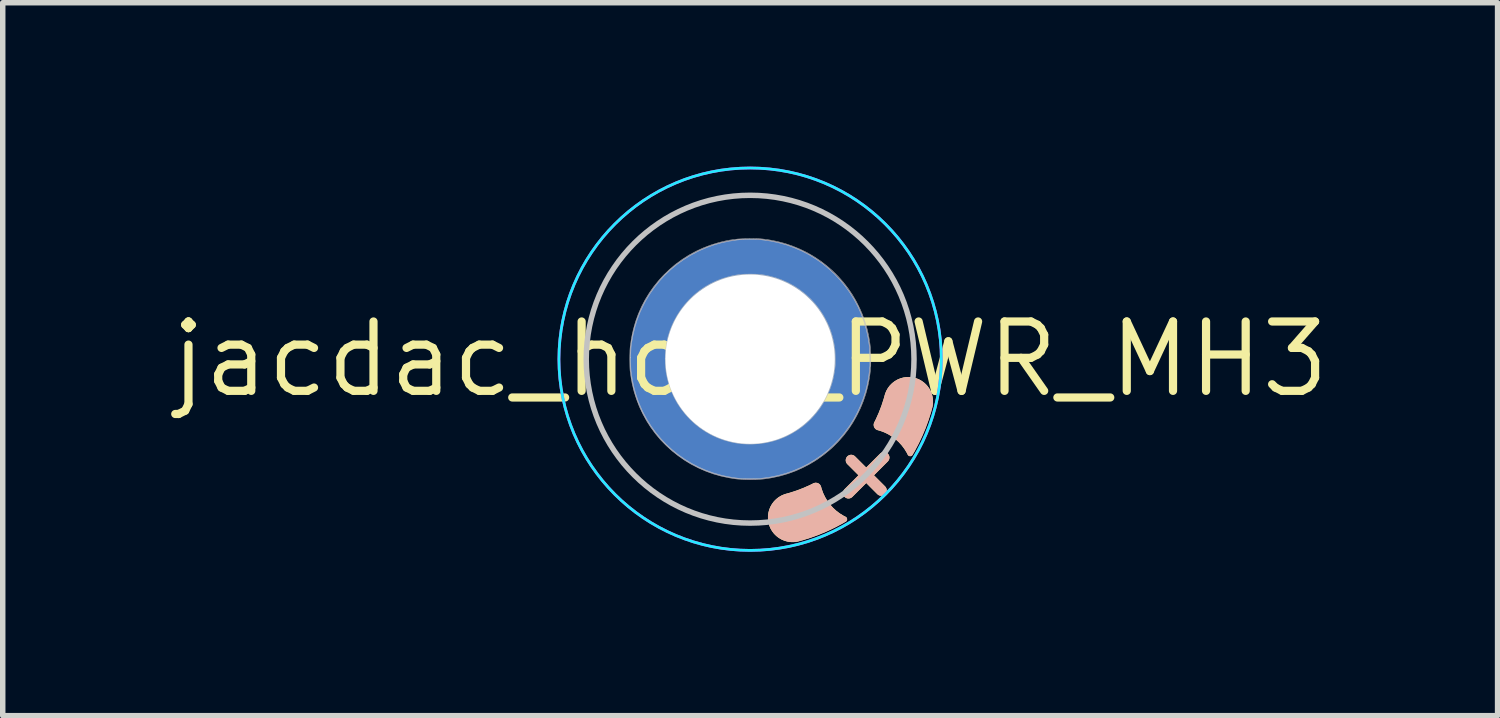
<source format=kicad_pcb>
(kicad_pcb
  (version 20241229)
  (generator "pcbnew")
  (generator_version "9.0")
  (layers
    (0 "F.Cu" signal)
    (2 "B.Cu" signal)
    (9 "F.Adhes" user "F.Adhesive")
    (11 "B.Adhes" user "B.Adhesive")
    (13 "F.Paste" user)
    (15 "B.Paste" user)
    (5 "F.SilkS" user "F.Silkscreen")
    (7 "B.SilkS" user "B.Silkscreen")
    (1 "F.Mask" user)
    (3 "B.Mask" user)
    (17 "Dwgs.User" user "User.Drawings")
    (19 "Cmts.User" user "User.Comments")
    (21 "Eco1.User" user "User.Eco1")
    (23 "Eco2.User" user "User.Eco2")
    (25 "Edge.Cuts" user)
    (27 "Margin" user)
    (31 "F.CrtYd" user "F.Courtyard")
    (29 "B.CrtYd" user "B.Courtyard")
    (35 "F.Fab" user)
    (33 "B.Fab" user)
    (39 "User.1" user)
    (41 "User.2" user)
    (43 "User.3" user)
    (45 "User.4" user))
  (footprint "jacdac_hole_PWR_MH3"
    (layer "F.Cu")
    (at 10.681 3.525)
    (property "Reference" "jacdac_hole_PWR_MH3" (at 0 0 0) (layer "F.SilkS") (effects (font (size 1.27 1.27) (thickness 0.15))))
    (attr exclude_from_pos_files exclude_from_bom)
    (fp_circle (center 0 0) (end 2.5 0) (stroke (width 0.1) (type solid)) (fill yes) (layer "F.Mask"))
    (fp_circle (center 0 0) (end -2.5 0) (stroke (width 0.1) (type solid)) (fill yes) (layer "B.Mask"))
    (fp_line (start 1.8 2.45) (end 2.45 1.8) (stroke (width 0.2) (type default)) (layer "F.SilkS"))
    (fp_line (start 1.85 1.85) (end 2.4 2.4) (stroke (width 0.2) (type default)) (layer "F.SilkS"))
    (fp_poly (pts (arc (start 0.659989 2.463111) (mid 0.341792 3.014246) (end 0.892926 3.332444)) (arc (start 0.892926 3.332444) (mid 1.334087 3.181621) (end 1.750884 2.972693)) (arc (start 1.750884 2.972693) (mid 1.775472 2.927688) (end 1.747498 2.884706)) (arc (start 1.747498 2.884706) (mid 1.463371 2.659468) (end 1.298959 2.336314)) (arc (start 1.298959 2.336314) (mid 1.243179 2.270384) (end 1.156844 2.27249)) (arc (start 1.156844 2.27249) (mid 0.913403 2.380797) (end 0.659989 2.463111))) (stroke (width 0) (type solid)) (fill yes) (layer "F.SilkS"))
    (fp_poly (pts (arc (start 2.27249 1.156844) (mid 2.380797 0.913403) (end 2.463111 0.659989)) (arc (start 2.463111 0.659989) (mid 3.014247 0.341791) (end 3.332444 0.892926)) (arc (start 3.332444 0.892926) (mid 3.181621 1.334087) (end 2.972693 1.750884)) (arc (start 2.972693 1.750884) (mid 2.927688 1.775472) (end 2.884706 1.747498)) (arc (start 2.884706 1.747498) (mid 2.659468 1.463371) (end 2.336314 1.298959)) (arc (start 2.336314 1.298959) (mid 2.270384 1.243179) (end 2.27249 1.156844))) (stroke (width 0) (type solid)) (fill yes) (layer "F.SilkS"))
    (fp_line (start 1.8 2.45) (end 2.45 1.8) (stroke (width 0.2) (type default)) (layer "B.SilkS"))
    (fp_line (start 1.85 1.85) (end 2.4 2.4) (stroke (width 0.2) (type default)) (layer "B.SilkS"))
    (fp_poly (pts (arc (start 0.659989 2.463111) (mid 0.341792 3.014246) (end 0.892926 3.332444)) (arc (start 0.892926 3.332444) (mid 1.334087 3.181621) (end 1.750884 2.972693)) (arc (start 1.750884 2.972693) (mid 1.775472 2.927688) (end 1.747498 2.884706)) (arc (start 1.747498 2.884706) (mid 1.463371 2.659468) (end 1.298959 2.336314)) (arc (start 1.298959 2.336314) (mid 1.243179 2.270384) (end 1.156844 2.27249)) (arc (start 1.156844 2.27249) (mid 0.913403 2.380797) (end 0.659989 2.463111))) (stroke (width 0) (type solid)) (fill yes) (layer "B.SilkS"))
    (fp_poly (pts (arc (start 2.27249 1.156844) (mid 2.380797 0.913403) (end 2.463111 0.659989)) (arc (start 2.463111 0.659989) (mid 3.014247 0.341791) (end 3.332444 0.892926)) (arc (start 3.332444 0.892926) (mid 3.181621 1.334087) (end 2.972693 1.750884)) (arc (start 2.972693 1.750884) (mid 2.927688 1.775472) (end 2.884706 1.747498)) (arc (start 2.884706 1.747498) (mid 2.659468 1.463371) (end 2.336314 1.298959)) (arc (start 2.336314 1.298959) (mid 2.270384 1.243179) (end 2.27249 1.156844))) (stroke (width 0) (type solid)) (fill yes) (layer "B.SilkS"))
    (fp_circle (center 0 0) (end 0 -3) (stroke (width 0.1) (type default)) (fill no) (layer "Dwgs.User"))
    (fp_poly (pts (xy -1.553 -0.051) (xy -1.545 -0.173) (xy -1.528 -0.291) (xy -1.503 -0.405) (xy -1.468 -0.517) (xy -1.424 -0.628) (xy -1.397 -0.686) (xy -1.337 -0.796) (xy -1.269 -0.901) (xy -1.194 -0.999) (xy -1.112 -1.09) (xy -1.023 -1.175) (xy -0.929 -1.252) (xy -0.828 -1.321) (xy -0.722 -1.382) (xy -0.611 -1.435) (xy -0.496 -1.478) (xy -0.377 -1.513) (xy -0.321 -1.526) (xy -0.278 -1.535) (xy -0.239 -1.542) (xy -0.204 -1.547) (xy -0.169 -1.551) (xy -0.133 -1.554) (xy -0.093 -1.556) (xy -0.047 -1.556) (xy 0.005 -1.557) (xy 0.061 -1.556) (xy 0.109 -1.555) (xy 0.152 -1.553) (xy 0.191 -1.549) (xy 0.23 -1.544) (xy 0.269 -1.538) (xy 0.312 -1.529) (xy 0.348 -1.521) (xy 0.466 -1.49) (xy 0.582 -1.448) (xy 0.695 -1.398) (xy 0.803 -1.339) (xy 0.907 -1.271) (xy 1.004 -1.195) (xy 1.019 -1.183) (xy 1.111 -1.097) (xy 1.195 -1.005) (xy 1.271 -0.906) (xy 1.339 -0.802) (xy 1.4 -0.69) (xy 1.401 -0.687) (xy 1.443 -0.596) (xy 1.477 -0.505) (xy 1.505 -0.413) (xy 1.528 -0.317) (xy 1.545 -0.221) (xy 1.549 -0.191) (xy 1.552 -0.158) (xy 1.554 -0.12) (xy 1.556 -0.076) (xy 1.557 -0.03) (xy 1.557 0.005) (xy 1.557 0.039) (xy 1.557 0.068) (xy 1.557 0.092) (xy 1.557 0.108) (xy 1.557 0.114) (xy 1.543 0.226) (xy 1.524 0.33) (xy 1.499 0.429) (xy 1.469 0.524) (xy 1.431 0.618) (xy 1.395 0.696) (xy 1.338 0.8) (xy 1.274 0.898) (xy 1.203 0.99) (xy 1.124 1.078) (xy 1.086 1.115) (xy 1.045 1.154) (xy 1.007 1.188) (xy 0.969 1.219) (xy 0.929 1.249) (xy 0.884 1.281) (xy 0.862 1.296) (xy 0.755 1.361) (xy 0.644 1.417) (xy 0.53 1.463) (xy 0.412 1.5) (xy 0.292 1.528) (xy 0.168 1.545) (xy 0.048 1.553) (xy -0.003 1.553) (xy -0.003 1.537) (xy 0.042 1.536) (xy 0.085 1.536) (xy 0.124 1.534) (xy 0.158 1.533) (xy 0.183 1.53) (xy 0.188 1.53) (xy 0.317 1.507) (xy 0.44 1.476) (xy 0.559 1.436) (xy 0.672 1.387) (xy 0.78 1.33) (xy 0.883 1.264) (xy 0.981 1.189) (xy 1.075 1.105) (xy 1.092 1.087) (xy 1.176 0.996) (xy 1.252 0.9) (xy 1.32 0.798) (xy 1.38 0.691) (xy 1.431 0.581) (xy 1.472 0.467) (xy 1.505 0.35) (xy 1.527 0.231) (xy 1.534 0.183) (xy 1.536 0.16) (xy 1.539 0.138) (xy 1.541 0.122) (xy 1.541 0.117) (xy 1.542 0.1) (xy 1.543 0.075) (xy 1.543 0.044) (xy 1.542 0.008) (xy 1.542 -0.031) (xy 1.54 -0.07) (xy 1.539 -0.109) (xy 1.537 -0.144) (xy 1.535 -0.175) (xy 1.533 -0.198) (xy 1.532 -0.208) (xy 1.511 -0.326) (xy 1.483 -0.437) (xy 1.448 -0.543) (xy 1.405 -0.646) (xy 1.354 -0.746) (xy 1.294 -0.845) (xy 1.288 -0.853) (xy 1.242 -0.92) (xy 1.194 -0.982) (xy 1.141 -1.042) (xy 1.092 -1.092) (xy 1.001 -1.177) (xy 0.903 -1.254) (xy 0.801 -1.322) (xy 0.694 -1.381) (xy 0.583 -1.432) (xy 0.468 -1.474) (xy 0.35 -1.505) (xy 0.302 -1.516) (xy 0.26 -1.523) (xy 0.224 -1.529) (xy 0.192 -1.534) (xy 0.16 -1.537) (xy 0.127 -1.54) (xy 0.091 -1.541) (xy 0.048 -1.542) (xy 0.003 -1.542) (xy -0.049 -1.541) (xy -0.095 -1.54) (xy -0.134 -1.539) (xy -0.165 -1.537) (xy -0.183 -1.535) (xy -0.302 -1.515) (xy -0.415 -1.488) (xy -0.522 -1.454) (xy -0.625 -1.412) (xy -0.726 -1.362) (xy -0.825 -1.303) (xy -0.848 -1.288) (xy -0.915 -1.242) (xy -0.977 -1.194) (xy -1.037 -1.141) (xy -1.087 -1.092) (xy -1.173 -1) (xy -1.25 -0.903) (xy -1.318 -0.801) (xy -1.377 -0.694) (xy -1.427 -0.582) (xy -1.468 -0.465) (xy -1.501 -0.343) (xy -1.526 -0.216) (xy -1.53 -0.188) (xy -1.532 -0.164) (xy -1.534 -0.132) (xy -1.535 -0.094) (xy -1.536 -0.052) (xy -1.537 -0.007) (xy -1.536 0.037) (xy -1.536 0.08) (xy -1.534 0.119) (xy -1.533 0.153) (xy -1.53 0.179) (xy -1.53 0.183) (xy -1.507 0.312) (xy -1.476 0.435) (xy -1.436 0.554) (xy -1.387 0.667) (xy -1.33 0.775) (xy -1.264 0.878) (xy -1.189 0.976) (xy -1.105 1.069) (xy -1.087 1.087) (xy -0.995 1.173) (xy -0.898 1.25) (xy -0.796 1.317) (xy -0.69 1.376) (xy -0.578 1.427) (xy -0.461 1.468) (xy -0.339 1.501) (xy -0.211 1.526) (xy -0.183 1.53) (xy -0.159 1.532) (xy -0.127 1.534) (xy -0.089 1.536) (xy -0.047 1.536) (xy -0.003 1.537) (xy -0.003 1.553) (xy -0.045 1.553) (xy -0.132 1.549) (xy -0.217 1.54) (xy -0.303 1.525) (xy -0.373 1.509) (xy -0.49 1.476) (xy -0.604 1.433) (xy -0.714 1.381) (xy -0.819 1.321) (xy -0.92 1.253) (xy -1.015 1.177) (xy -1.103 1.094) (xy -1.186 1.004) (xy -1.261 0.908) (xy -1.329 0.807) (xy -1.388 0.7) (xy -1.39 0.696) (xy -1.441 0.583) (xy -1.483 0.469) (xy -1.514 0.354) (xy -1.537 0.237) (xy -1.55 0.116) (xy -1.554 -0.008) (xy -1.553 -0.051)) (stroke (width 0.01) (type solid)) (fill no) (layer "Dwgs.User"))
    (fp_poly (pts (xy -2.202 -0.064) (xy -2.2 -0.115) (xy -2.199 -0.162) (xy -2.196 -0.203) (xy -2.193 -0.237) (xy -2.193 -0.24) (xy -2.17 -0.392) (xy -2.138 -0.54) (xy -2.097 -0.684) (xy -2.047 -0.823) (xy -1.988 -0.959) (xy -1.92 -1.089) (xy -1.843 -1.215) (xy -1.758 -1.335) (xy -1.665 -1.449) (xy -1.589 -1.532) (xy -1.479 -1.638) (xy -1.365 -1.736) (xy -1.245 -1.824) (xy -1.12 -1.904) (xy -0.99 -1.975) (xy -0.855 -2.037) (xy -0.716 -2.09) (xy -0.573 -2.134) (xy -0.534 -2.144) (xy -0.454 -2.163) (xy -0.378 -2.178) (xy -0.304 -2.189) (xy -0.23 -2.198) (xy -0.153 -2.203) (xy -0.07 -2.206) (xy -0.003 -2.207) (xy 0.055 -2.207) (xy 0.104 -2.206) (xy 0.148 -2.205) (xy 0.188 -2.203) (xy 0.226 -2.199) (xy 0.265 -2.195) (xy 0.307 -2.189) (xy 0.343 -2.184) (xy 0.489 -2.156) (xy 0.631 -2.119) (xy 0.77 -2.072) (xy 0.904 -2.017) (xy 1.035 -1.954) (xy 1.16 -1.882) (xy 1.281 -1.802) (xy 1.395 -1.715) (xy 1.504 -1.621) (xy 1.607 -1.519) (xy 1.703 -1.411) (xy 1.791 -1.297) (xy 1.873 -1.176) (xy 1.946 -1.05) (xy 2.011 -0.918) (xy 2.054 -0.818) (xy 2.1 -0.69) (xy 2.138 -0.563) (xy 2.168 -0.434) (xy 2.19 -0.3) (xy 2.197 -0.244) (xy 2.199 -0.222) (xy 2.201 -0.192) (xy 2.203 -0.156) (xy 2.205 -0.116) (xy 2.206 -0.073) (xy 2.207 -0.03) (xy 2.208 0.012) (xy 2.208 0.051) (xy 2.208 0.085) (xy 2.208 0.113) (xy 2.207 0.132) (xy 2.202 0.185) (xy 2.198 0.231) (xy 2.193 0.27) (xy 2.188 0.307) (xy 2.184 0.338) (xy 2.156 0.483) (xy 2.119 0.626) (xy 2.072 0.766) (xy 2.016 0.902) (xy 1.951 1.034) (xy 1.878 1.162) (xy 1.797 1.284) (xy 1.707 1.401) (xy 1.61 1.511) (xy 1.505 1.616) (xy 1.463 1.653) (xy 1.348 1.748) (xy 1.227 1.835) (xy 1.1 1.913) (xy 0.969 1.982) (xy 0.834 2.043) (xy 0.695 2.094) (xy 0.552 2.136) (xy 0.406 2.168) (xy 0.343 2.179) (xy 0.298 2.185) (xy 0.257 2.191) (xy 0.218 2.195) (xy 0.179 2.198) (xy 0.139 2.2) (xy 0.094 2.201) (xy 0.043 2.202) (xy -0.003 2.202) (xy -0.013 2.202) (xy -0.013 2.187) (xy 0.037 2.187) (xy 0.086 2.186) (xy 0.131 2.185) (xy 0.171 2.183) (xy 0.204 2.181) (xy 0.218 2.18) (xy 0.368 2.159) (xy 0.515 2.129) (xy 0.658 2.089) (xy 0.798 2.04) (xy 0.932 1.982) (xy 1.063 1.916) (xy 1.188 1.841) (xy 1.308 1.758) (xy 1.423 1.667) (xy 1.531 1.568) (xy 1.633 1.462) (xy 1.729 1.348) (xy 1.817 1.227) (xy 1.828 1.211) (xy 1.899 1.096) (xy 1.964 0.975) (xy 2.021 0.85) (xy 2.071 0.721) (xy 2.113 0.591) (xy 2.146 0.459) (xy 2.17 0.328) (xy 2.184 0.213) (xy 2.186 0.188) (xy 2.189 0.164) (xy 2.19 0.146) (xy 2.192 0.135) (xy 2.192 0.135) (xy 2.193 0.12) (xy 2.193 0.097) (xy 2.193 0.067) (xy 2.193 0.032) (xy 2.193 -0.007) (xy 2.192 -0.047) (xy 2.19 -0.089) (xy 2.189 -0.129) (xy 2.188 -0.166) (xy 2.186 -0.199) (xy 2.184 -0.226) (xy 2.182 -0.244) (xy 2.159 -0.395) (xy 2.127 -0.542) (xy 2.086 -0.685) (xy 2.035 -0.824) (xy 1.976 -0.959) (xy 1.907 -1.089) (xy 1.829 -1.214) (xy 1.743 -1.334) (xy 1.648 -1.449) (xy 1.552 -1.552) (xy 1.442 -1.654) (xy 1.327 -1.749) (xy 1.206 -1.834) (xy 1.081 -1.911) (xy 0.95 -1.979) (xy 0.815 -2.038) (xy 0.676 -2.089) (xy 0.533 -2.129) (xy 0.386 -2.161) (xy 0.236 -2.183) (xy 0.218 -2.185) (xy 0.186 -2.188) (xy 0.146 -2.19) (xy 0.099 -2.191) (xy 0.049 -2.192) (xy -0.004 -2.192) (xy -0.056 -2.192) (xy -0.107 -2.19) (xy -0.154 -2.189) (xy -0.195 -2.187) (xy -0.229 -2.184) (xy -0.236 -2.183) (xy -0.383 -2.161) (xy -0.523 -2.131) (xy -0.659 -2.093) (xy -0.791 -2.046) (xy -0.919 -1.991) (xy -0.964 -1.97) (xy -1.096 -1.899) (xy -1.222 -1.82) (xy -1.342 -1.734) (xy -1.456 -1.639) (xy -1.562 -1.538) (xy -1.662 -1.429) (xy -1.754 -1.313) (xy -1.839 -1.191) (xy -1.916 -1.063) (xy -1.956 -0.986) (xy -2.015 -0.86) (xy -2.065 -0.731) (xy -2.107 -0.597) (xy -2.141 -0.459) (xy -2.168 -0.315) (xy -2.178 -0.241) (xy -2.181 -0.212) (xy -2.183 -0.174) (xy -2.185 -0.13) (xy -2.186 -0.082) (xy -2.187 -0.031) (xy -2.187 0.021) (xy -2.187 0.071) (xy -2.186 0.118) (xy -2.184 0.16) (xy -2.182 0.195) (xy -2.18 0.216) (xy -2.159 0.366) (xy -2.129 0.51) (xy -2.09 0.649) (xy -2.044 0.784) (xy -1.988 0.915) (xy -1.966 0.963) (xy -1.896 1.093) (xy -1.818 1.218) (xy -1.733 1.337) (xy -1.64 1.449) (xy -1.54 1.555) (xy -1.433 1.654) (xy -1.32 1.745) (xy -1.201 1.829) (xy -1.077 1.905) (xy -0.947 1.973) (xy -0.813 2.032) (xy -0.675 2.082) (xy -0.533 2.123) (xy -0.531 2.124) (xy -0.472 2.137) (xy -0.406 2.151) (xy -0.338 2.163) (xy -0.272 2.173) (xy -0.216 2.18) (xy -0.188 2.183) (xy -0.152 2.184) (xy -0.109 2.186) (xy -0.062 2.187) (xy -0.013 2.187) (xy -0.013 2.202) (xy -0.064 2.202) (xy -0.117 2.2) (xy -0.165 2.198) (xy -0.21 2.195) (xy -0.253 2.191) (xy -0.298 2.185) (xy -0.347 2.177) (xy -0.382 2.171) (xy -0.526 2.141) (xy -0.667 2.101) (xy -0.804 2.052) (xy -0.938 1.994) (xy -1.068 1.928) (xy -1.193 1.853) (xy -1.312 1.77) (xy -1.426 1.68) (xy -1.534 1.582) (xy -1.636 1.478) (xy -1.73 1.366) (xy -1.817 1.248) (xy -1.891 1.133) (xy -1.963 1.002) (xy -2.026 0.869) (xy -2.079 0.731) (xy -2.124 0.59) (xy -2.159 0.445) (xy -2.185 0.295) (xy -2.196 0.211) (xy -2.198 0.179) (xy -2.2 0.139) (xy -2.201 0.092) (xy -2.202 0.042) (xy -2.202 -0.011) (xy -2.202 -0.064)) (stroke (width 0.01) (type solid)) (fill no) (layer "Dwgs.User"))
    (fp_circle (center 0 0) (end 3.5 0) (stroke (width 0.05) (type default)) (fill no) (layer "B.CrtYd"))
    (fp_circle (center 0 0) (end 3.5 0) (stroke (width 0.05) (type default)) (fill no) (layer "F.CrtYd"))
    (pad "MH3" thru_hole circle (at 0 0 90) (size 4.4 4.4) (drill 3.1) (property pad_prop_heatsink) (layers "*.Cu" "*.Mask"))
    (zone (net_name "") (layers "F.Cu" "B.Cu") (hatch edge 0.508) (connect_pads) (min_thickness 0.254) (filled_areas_thickness no) (keepout (tracks allowed) (vias allowed) (pads allowed) (copperpour not_allowed) (footprints allowed)) (placement (enabled no)) (fill) (polygon (pts (xy 10.681 0.52) (xy 10.332 0.54) (xy 9.988 0.601) (xy 9.654 0.701) (xy 9.333 0.84) (xy 9.03 1.014) (xy 8.75 1.223) (xy 8.496 1.463) (xy 8.271 1.73) (xy 8.079 2.022) (xy 7.922 2.335) (xy 7.802 2.663) (xy 7.722 3.003) (xy 7.681 3.35) (xy 7.681 3.7) (xy 7.722 4.047) (xy 7.802 4.387) (xy 7.922 4.715) (xy 8.079 5.028) (xy 8.271 5.32) (xy 8.496 5.587) (xy 8.75 5.827) (xy 9.03 6.036) (xy 9.333 6.21) (xy 9.654 6.349) (xy 9.988 6.449) (xy 10.332 6.51) (xy 10.681 6.53) (xy 11.03 6.51) (xy 11.374 6.449) (xy 11.709 6.349) (xy 12.03 6.21) (xy 12.333 6.036) (xy 12.613 5.827) (xy 12.867 5.587) (xy 13.092 5.32) (xy 13.284 5.028) (xy 13.441 4.715) (xy 13.56 4.387) (xy 13.641 4.047) (xy 13.681 3.7) (xy 13.681 3.35) (xy 13.641 3.003) (xy 13.56 2.663) (xy 13.441 2.335) (xy 13.284 2.022) (xy 13.092 1.73) (xy 12.867 1.463) (xy 12.613 1.223) (xy 12.333 1.014) (xy 12.03 0.84) (xy 11.709 0.701) (xy 11.374 0.601) (xy 11.03 0.54)))))
  (gr_rect
    (start -3 -3)
    (end 24.363 10.05)
    (stroke (width 0.1) (type default))
    (fill no)
    (layer "Edge.Cuts")))
</source>
